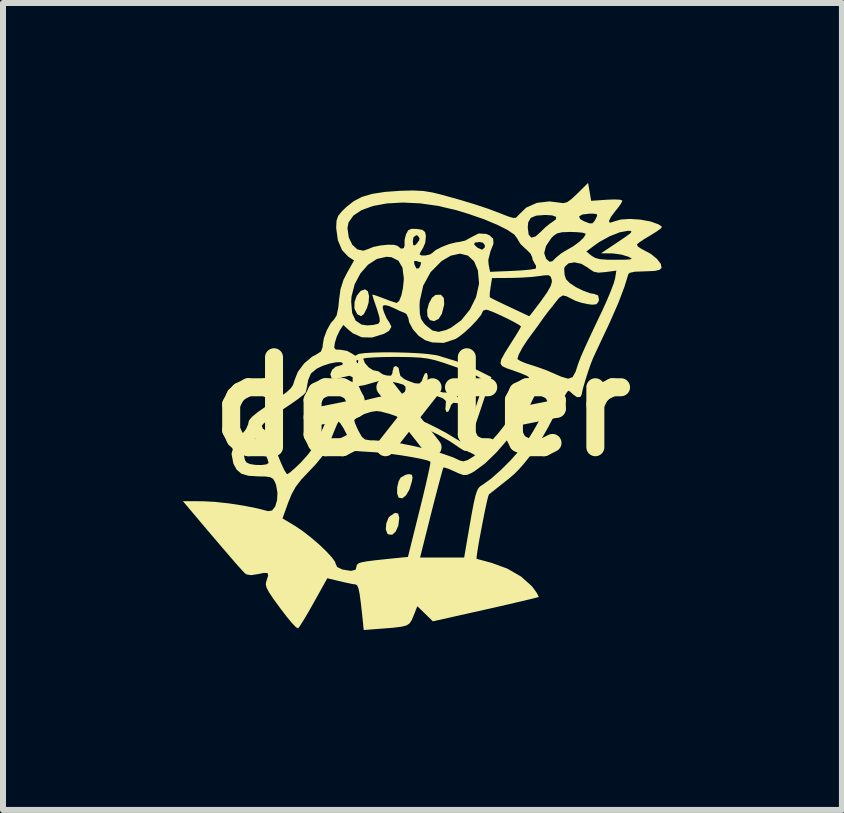
<source format=kicad_pcb>
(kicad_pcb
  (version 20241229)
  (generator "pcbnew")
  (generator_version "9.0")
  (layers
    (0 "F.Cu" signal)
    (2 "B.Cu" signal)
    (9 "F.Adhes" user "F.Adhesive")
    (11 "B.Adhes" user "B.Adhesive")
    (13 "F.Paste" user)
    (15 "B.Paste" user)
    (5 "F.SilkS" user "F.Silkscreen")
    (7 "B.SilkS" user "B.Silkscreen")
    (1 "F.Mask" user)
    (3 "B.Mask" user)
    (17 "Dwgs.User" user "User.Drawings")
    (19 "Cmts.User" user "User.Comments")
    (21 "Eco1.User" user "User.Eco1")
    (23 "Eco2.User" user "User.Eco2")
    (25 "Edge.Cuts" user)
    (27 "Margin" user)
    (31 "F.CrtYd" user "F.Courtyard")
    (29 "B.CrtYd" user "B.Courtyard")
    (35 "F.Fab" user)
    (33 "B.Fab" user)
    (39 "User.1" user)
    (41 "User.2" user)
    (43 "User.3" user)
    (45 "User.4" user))
  (footprint "dexter"
    (layer "F.Cu")
    (at 3.983 3.728)
    (property "Reference" "dexter" (at 0 0 0) (layer "F.SilkS") (effects (font (size 1.5 1.5) (thickness 0.3))))
    (attr board_only exclude_from_pos_files exclude_from_bom)
    (fp_poly (pts (xy -0.395 1.783) (xy -0.376 1.857) (xy -0.392 1.986) (xy -0.434 2.083) (xy -0.492 2.137) (xy -0.556 2.133) (xy -0.576 2.117) (xy -0.601 2.047) (xy -0.593 1.948) (xy -0.557 1.857) (xy -0.532 1.828) (xy -0.448 1.773)) (stroke (width 0) (type solid)) (fill yes) (layer "F.SilkS"))
    (fp_poly (pts (xy -0.9 -1.922) (xy -0.88 -1.84) (xy -0.888 -1.731) (xy -0.916 -1.64) (xy -0.967 -1.54) (xy -1.013 -1.507) (xy -1.068 -1.534) (xy -1.082 -1.548) (xy -1.124 -1.634) (xy -1.122 -1.742) (xy -1.085 -1.848) (xy -1.021 -1.927) (xy -0.947 -1.954)) (stroke (width 0) (type solid)) (fill yes) (layer "F.SilkS"))
    (fp_poly (pts (xy 0.367 -1.81) (xy 0.373 -1.702) (xy 0.335 -1.547) (xy 0.334 -1.546) (xy 0.28 -1.461) (xy 0.206 -1.424) (xy 0.136 -1.441) (xy 0.094 -1.504) (xy 0.088 -1.603) (xy 0.117 -1.716) (xy 0.168 -1.812) (xy 0.227 -1.861) (xy 0.318 -1.864)) (stroke (width 0) (type solid)) (fill yes) (layer "F.SilkS"))
    (fp_poly (pts (xy -0.167 1.137) (xy -0.155 1.182) (xy -0.165 1.247) (xy -0.206 1.382) (xy -0.263 1.48) (xy -0.325 1.53) (xy -0.383 1.52) (xy -0.388 1.515) (xy -0.412 1.45) (xy -0.411 1.349) (xy -0.388 1.248) (xy -0.354 1.186) (xy -0.272 1.138) (xy -0.218 1.127)) (stroke (width 0) (type solid)) (fill yes) (layer "F.SilkS"))
    (fp_poly (pts (xy 2.798 -3.579) (xy 2.823 -3.43) (xy 3.083 -3.448) (xy 3.216 -3.453) (xy 3.309 -3.448) (xy 3.344 -3.433) (xy 3.344 -3.432) (xy 3.322 -3.385) (xy 3.265 -3.306) (xy 3.233 -3.268) (xy 3.154 -3.163) (xy 3.12 -3.093) (xy 3.135 -3.064) (xy 3.198 -3.083) (xy 3.2 -3.084) (xy 3.317 -3.118) (xy 3.474 -3.128) (xy 3.648 -3.116) (xy 3.814 -3.085) (xy 3.946 -3.038) (xy 4.003 -2.998) (xy 3.985 -2.97) (xy 3.915 -2.918) (xy 3.817 -2.857) (xy 3.705 -2.79) (xy 3.621 -2.733) (xy 3.586 -2.702) (xy 3.603 -2.667) (xy 3.67 -2.623) (xy 3.696 -2.611) (xy 3.818 -2.545) (xy 3.92 -2.462) (xy 3.984 -2.379) (xy 3.997 -2.312) (xy 3.996 -2.31) (xy 3.963 -2.279) (xy 3.884 -2.261) (xy 3.747 -2.255) (xy 3.715 -2.254) (xy 3.554 -2.248) (xy 3.465 -2.229) (xy 3.443 -2.207) (xy 3.378 -1.996) (xy 3.278 -1.732) (xy 3.146 -1.43) (xy 3.093 -1.315) (xy 3.012 -1.144) (xy 2.941 -0.992) (xy 2.886 -0.875) (xy 2.856 -0.81) (xy 2.855 -0.808) (xy 2.817 -0.712) (xy 2.772 -0.583) (xy 2.728 -0.444) (xy 2.691 -0.319) (xy 2.67 -0.23) (xy 2.668 -0.208) (xy 2.643 -0.159) (xy 2.585 -0.157) (xy 2.52 -0.204) (xy 2.517 -0.207) (xy 2.465 -0.254) (xy 2.441 -0.263) (xy 2.414 -0.231) (xy 2.362 -0.144) (xy 2.292 -0.015) (xy 2.212 0.143) (xy 2.201 0.165) (xy 2.101 0.355) (xy 1.992 0.546) (xy 1.887 0.711) (xy 1.811 0.817) (xy 1.703 0.951) (xy 1.621 1.045) (xy 1.545 1.122) (xy 1.454 1.2) (xy 1.334 1.295) (xy 1.232 1.376) (xy 1.153 1.438) (xy 1.118 1.466) (xy 1.104 1.506) (xy 1.081 1.603) (xy 1.051 1.741) (xy 1.019 1.904) (xy 0.986 2.076) (xy 0.955 2.241) (xy 0.931 2.384) (xy 0.916 2.487) (xy 0.912 2.536) (xy 0.913 2.538) (xy 0.95 2.549) (xy 1.04 2.573) (xy 1.164 2.607) (xy 1.165 2.607) (xy 1.425 2.702) (xy 1.654 2.834) (xy 1.831 2.992) (xy 1.861 3.029) (xy 1.919 3.111) (xy 1.947 3.166) (xy 1.948 3.175) (xy 1.909 3.187) (xy 1.806 3.212) (xy 1.651 3.249) (xy 1.454 3.295) (xy 1.224 3.348) (xy 1.059 3.385) (xy 0.184 3.581) (xy 0.055 3.455) (xy -0.075 3.329) (xy -0.137 3.486) (xy -0.17 3.564) (xy -0.206 3.617) (xy -0.259 3.651) (xy -0.346 3.672) (xy -0.48 3.688) (xy -0.644 3.701) (xy -0.969 3.726) (xy -0.993 3.488) (xy -1.017 3.274) (xy -1.037 3.125) (xy -1.057 3.031) (xy -1.078 2.982) (xy -1.102 2.967) (xy -1.161 2.958) (xy -1.266 2.936) (xy -1.361 2.914) (xy -1.576 2.863) (xy -1.803 3.271) (xy -1.892 3.428) (xy -1.971 3.561) (xy -2.031 3.656) (xy -2.063 3.699) (xy -2.064 3.699) (xy -2.098 3.679) (xy -2.166 3.609) (xy -2.257 3.499) (xy -2.362 3.361) (xy -2.476 3.205) (xy -2.549 3.095) (xy -2.589 3.019) (xy -2.602 2.964) (xy -2.594 2.916) (xy -2.591 2.908) (xy -2.562 2.817) (xy -2.573 2.776) (xy -2.636 2.774) (xy -2.722 2.792) (xy -2.843 2.811) (xy -2.919 2.8) (xy -2.948 2.782) (xy -2.989 2.739) (xy -3.071 2.649) (xy -3.183 2.52) (xy -3.319 2.362) (xy -3.47 2.185) (xy -3.495 2.156) (xy -3.741 1.865) (xy -2.323 1.865) (xy -2.117 1.988) (xy -1.989 2.074) (xy -1.85 2.182) (xy -1.713 2.299) (xy -1.592 2.415) (xy -1.498 2.517) (xy -1.444 2.593) (xy -1.437 2.623) (xy -1.411 2.676) (xy -1.325 2.717) (xy -1.193 2.738) (xy -1.174 2.739) (xy -1.105 2.721) (xy -1.09 2.673) (xy -1.085 2.642) (xy -1.062 2.618) (xy -1.012 2.599) (xy -0.924 2.582) (xy -0.786 2.564) (xy -0.589 2.543) (xy -0.482 2.532) (xy -0.331 2.517) (xy -0.029 2.517) (xy 0.339 2.517) (xy 0.706 2.517) (xy 0.749 2.264) (xy 0.797 1.984) (xy 0.835 1.769) (xy 0.866 1.609) (xy 0.892 1.495) (xy 0.916 1.417) (xy 0.94 1.367) (xy 0.967 1.335) (xy 1.001 1.311) (xy 1.021 1.299) (xy 1.157 1.201) (xy 1.317 1.059) (xy 1.485 0.891) (xy 1.642 0.714) (xy 1.77 0.547) (xy 1.786 0.524) (xy 1.857 0.41) (xy 1.938 0.268) (xy 2.022 0.112) (xy 2.1 -0.041) (xy 2.164 -0.174) (xy 2.206 -0.271) (xy 2.217 -0.312) (xy 2.187 -0.337) (xy 2.117 -0.37) (xy 2.039 -0.399) (xy 1.986 -0.411) (xy 1.978 -0.409) (xy 1.959 -0.369) (xy 1.922 -0.28) (xy 1.884 -0.189) (xy 1.768 0.051) (xy 1.615 0.3) (xy 1.437 0.542) (xy 1.246 0.763) (xy 1.055 0.948) (xy 0.875 1.081) (xy 0.829 1.107) (xy 0.756 1.139) (xy 0.693 1.142) (xy 0.611 1.113) (xy 0.547 1.083) (xy 0.447 1.039) (xy 0.378 1.017) (xy 0.36 1.017) (xy 0.346 1.057) (xy 0.318 1.159) (xy 0.277 1.312) (xy 0.227 1.503) (xy 0.17 1.724) (xy 0.157 1.776) (xy -0.029 2.517) (xy -0.331 2.517) (xy -0.232 2.508) (xy -0.036 1.722) (xy 0.021 1.491) (xy 0.07 1.285) (xy 0.108 1.115) (xy 0.134 0.992) (xy 0.144 0.927) (xy 0.144 0.92) (xy 0.091 0.898) (xy -0.02 0.871) (xy -0.171 0.842) (xy -0.346 0.813) (xy -0.527 0.788) (xy -0.698 0.769) (xy -0.775 0.763) (xy -1.118 0.741) (xy -1.243 0.483) (xy -1.304 0.365) (xy -1.356 0.283) (xy -1.387 0.252) (xy -1.391 0.253) (xy -1.415 0.3) (xy -1.456 0.398) (xy -1.508 0.526) (xy -1.516 0.548) (xy -1.582 0.701) (xy -1.66 0.83) (xy -1.768 0.962) (xy -1.874 1.074) (xy -2.01 1.218) (xy -2.103 1.339) (xy -2.171 1.462) (xy -2.227 1.599) (xy -2.323 1.865) (xy -3.741 1.865) (xy -3.983 1.578) (xy -3.654 1.579) (xy -3.454 1.589) (xy -3.214 1.615) (xy -2.964 1.654) (xy -2.733 1.7) (xy -2.565 1.744) (xy -2.497 1.734) (xy -2.445 1.667) (xy -2.414 1.562) (xy -2.407 1.437) (xy -2.43 1.309) (xy -2.448 1.26) (xy -2.48 1.206) (xy -2.528 1.178) (xy -2.612 1.166) (xy -2.714 1.165) (xy -2.889 1.155) (xy -3.008 1.12) (xy -3.089 1.051) (xy -3.142 0.952) (xy -3.17 0.805) (xy -2.968 0.805) (xy -2.949 0.892) (xy -2.923 0.932) (xy -2.865 0.959) (xy -2.772 0.973) (xy -2.671 0.975) (xy -2.59 0.964) (xy -2.555 0.94) (xy -2.555 0.938) (xy -2.572 0.878) (xy -2.613 0.784) (xy -2.668 0.681) (xy -2.722 0.59) (xy -2.765 0.534) (xy -2.778 0.526) (xy -2.832 0.557) (xy -2.893 0.631) (xy -2.945 0.721) (xy -2.968 0.801) (xy -2.968 0.805) (xy -3.17 0.805) (xy -3.173 0.789) (xy -3.129 0.63) (xy -3.012 0.475) (xy -3.005 0.469) (xy -2.933 0.38) (xy -2.908 0.324) (xy -2.668 0.324) (xy -2.649 0.371) (xy -2.635 0.376) (xy -2.601 0.409) (xy -2.546 0.5) (xy -2.478 0.636) (xy -2.402 0.806) (xy -2.344 0.949) (xy -2.298 1.05) (xy -2.258 1.115) (xy -2.242 1.127) (xy -2.202 1.102) (xy -2.126 1.036) (xy -2.027 0.943) (xy -2.009 0.924) (xy -1.897 0.799) (xy -1.799 0.667) (xy -1.736 0.558) (xy -1.645 0.351) (xy -1.579 0.203) (xy -1.532 0.105) (xy -1.498 0.047) (xy -1.471 0.02) (xy -1.445 0.014) (xy -1.415 0.021) (xy -1.407 0.023) (xy -1.324 0.02) (xy -1.21 -0.01) (xy -1.16 -0.03) (xy -0.963 -0.101) (xy -0.728 -0.158) (xy -0.491 -0.193) (xy -0.432 -0.198) (xy -0.33 -0.212) (xy -0.283 -0.246) (xy -0.271 -0.286) (xy -0.274 -0.333) (xy -0.311 -0.365) (xy -0.399 -0.392) (xy -0.467 -0.406) (xy -0.613 -0.428) (xy -0.727 -0.422) (xy -0.831 -0.393) (xy -0.951 -0.358) (xy -1.058 -0.339) (xy -1.08 -0.338) (xy -1.147 -0.35) (xy -1.158 -0.396) (xy -1.154 -0.413) (xy -1.153 -0.488) (xy -1.204 -0.513) (xy -1.311 -0.491) (xy -1.334 -0.483) (xy -1.439 -0.456) (xy -1.5 -0.471) (xy -1.506 -0.477) (xy -1.526 -0.54) (xy -1.496 -0.612) (xy -1.435 -0.665) (xy -1.389 -0.676) (xy -1.329 -0.694) (xy -1.315 -0.717) (xy -1.346 -0.74) (xy -1.427 -0.738) (xy -1.536 -0.717) (xy -1.652 -0.679) (xy -1.751 -0.632) (xy -1.849 -0.551) (xy -1.895 -0.442) (xy -1.899 -0.42) (xy -1.918 -0.315) (xy -1.935 -0.24) (xy -1.937 -0.234) (xy -1.973 -0.196) (xy -2.06 -0.128) (xy -2.183 -0.041) (xy -2.31 0.043) (xy -2.453 0.139) (xy -2.569 0.225) (xy -2.644 0.29) (xy -2.668 0.324) (xy -2.908 0.324) (xy -2.895 0.294) (xy -2.893 0.277) (xy -2.879 0.228) (xy -2.829 0.17) (xy -2.735 0.093) (xy -2.588 -0.01) (xy -2.522 -0.053) (xy -2.361 -0.162) (xy -2.252 -0.242) (xy -2.184 -0.305) (xy -2.147 -0.361) (xy -2.128 -0.421) (xy -2.125 -0.432) (xy -2.068 -0.577) (xy -1.962 -0.719) (xy -1.924 -0.751) (xy -1.09 -0.751) (xy -1.076 -0.721) (xy -1.065 -0.726) (xy -1.06 -0.771) (xy -1.065 -0.777) (xy -1.087 -0.771) (xy -1.09 -0.751) (xy -1.924 -0.751) (xy -1.869 -0.797) (xy -0.977 -0.797) (xy -0.949 -0.725) (xy -0.884 -0.651) (xy -0.811 -0.605) (xy -0.789 -0.601) (xy -0.72 -0.586) (xy -0.698 -0.568) (xy -0.649 -0.536) (xy -0.583 -0.517) (xy -0.513 -0.515) (xy -0.49 -0.558) (xy -0.488 -0.588) (xy -0.468 -0.659) (xy -0.432 -0.676) (xy -0.387 -0.644) (xy -0.376 -0.583) (xy -0.357 -0.51) (xy -0.288 -0.455) (xy -0.24 -0.433) (xy -0.117 -0.388) (xy -0.043 -0.383) (xy -0.002 -0.421) (xy 0.015 -0.47) (xy 0.049 -0.549) (xy 0.082 -0.561) (xy 0.099 -0.51) (xy 0.093 -0.439) (xy 0.083 -0.358) (xy 0.105 -0.314) (xy 0.177 -0.282) (xy 0.218 -0.27) (xy 0.352 -0.235) (xy 0.435 -0.232) (xy 0.487 -0.265) (xy 0.52 -0.321) (xy 0.563 -0.383) (xy 0.601 -0.394) (xy 0.618 -0.344) (xy 0.601 -0.301) (xy 0.567 -0.211) (xy 0.588 -0.161) (xy 0.639 -0.139) (xy 0.707 -0.105) (xy 0.711 -0.068) (xy 0.659 -0.05) (xy 0.606 -0.055) (xy 0.526 -0.063) (xy 0.487 -0.027) (xy 0.473 0.018) (xy 0.444 0.082) (xy 0.412 0.093) (xy 0.392 0.044) (xy 0.398 -0.021) (xy 0.401 -0.093) (xy 0.351 -0.137) (xy 0.322 -0.149) (xy 0.184 -0.198) (xy 0.099 -0.214) (xy 0.051 -0.197) (xy 0.026 -0.145) (xy 0.023 -0.134) (xy -0.011 -0.057) (xy -0.05 -0.042) (xy -0.075 -0.092) (xy -0.078 -0.122) (xy -0.08 -0.207) (xy -0.12 -0.124) (xy -0.181 -0.054) (xy -0.277 0.005) (xy -0.287 0.009) (xy -0.413 0.059) (xy -0.085 0.199) (xy 0.091 0.278) (xy 0.268 0.366) (xy 0.416 0.446) (xy 0.451 0.467) (xy 0.56 0.533) (xy 0.642 0.581) (xy 0.678 0.598) (xy 0.697 0.566) (xy 0.734 0.475) (xy 0.784 0.339) (xy 0.844 0.17) (xy 0.86 0.122) (xy 0.921 -0.059) (xy 0.974 -0.215) (xy 1.015 -0.334) (xy 1.038 -0.399) (xy 1.04 -0.405) (xy 1.018 -0.446) (xy 0.93 -0.503) (xy 0.786 -0.572) (xy 0.591 -0.65) (xy 0.354 -0.732) (xy 0.345 -0.735) (xy 0.217 -0.774) (xy 0.099 -0.8) (xy -0.03 -0.816) (xy -0.191 -0.824) (xy -0.402 -0.827) (xy -0.456 -0.827) (xy -0.644 -0.825) (xy -0.802 -0.819) (xy -0.916 -0.811) (xy -0.973 -0.801) (xy -0.977 -0.797) (xy -1.869 -0.797) (xy -1.831 -0.83) (xy -1.766 -0.864) (xy -1.683 -0.916) (xy -1.658 -0.981) (xy -1.461 -0.981) (xy -1.434 -0.95) (xy -1.357 -0.947) (xy -1.247 -0.928) (xy -1.165 -0.883) (xy -1.11 -0.847) (xy -1.09 -0.858) (xy -1.055 -0.877) (xy -0.958 -0.891) (xy -0.816 -0.899) (xy -0.64 -0.904) (xy -0.446 -0.903) (xy -0.248 -0.898) (xy -0.059 -0.889) (xy 0.106 -0.875) (xy 0.233 -0.857) (xy 0.271 -0.849) (xy 0.569 -0.758) (xy 0.833 -0.652) (xy 0.968 -0.587) (xy 1.16 -0.49) (xy 0.957 0.117) (xy 0.889 0.318) (xy 0.828 0.493) (xy 0.78 0.63) (xy 0.748 0.717) (xy 0.736 0.742) (xy 0.699 0.732) (xy 0.626 0.687) (xy 0.594 0.664) (xy 0.456 0.572) (xy 0.276 0.471) (xy 0.07 0.369) (xy -0.145 0.272) (xy -0.353 0.187) (xy -0.539 0.122) (xy -0.687 0.083) (xy -0.756 0.075) (xy -0.849 0.089) (xy -0.956 0.124) (xy -1.054 0.169) (xy -1.116 0.213) (xy -1.127 0.234) (xy -1.111 0.285) (xy -1.072 0.374) (xy -1.051 0.415) (xy -1 0.505) (xy -0.947 0.549) (xy -0.865 0.563) (xy -0.798 0.564) (xy -0.616 0.576) (xy -0.392 0.608) (xy -0.146 0.656) (xy 0.102 0.716) (xy 0.331 0.781) (xy 0.523 0.848) (xy 0.636 0.901) (xy 0.692 0.914) (xy 0.764 0.893) (xy 0.865 0.83) (xy 1.005 0.721) (xy 1.025 0.704) (xy 1.143 0.592) (xy 1.271 0.45) (xy 1.371 0.322) (xy 1.456 0.193) (xy 1.546 0.042) (xy 1.631 -0.114) (xy 1.704 -0.261) (xy 1.757 -0.383) (xy 1.784 -0.466) (xy 1.783 -0.491) (xy 1.741 -0.517) (xy 1.647 -0.556) (xy 1.523 -0.601) (xy 1.409 -0.64) (xy 1.338 -0.675) (xy 1.311 -0.72) (xy 1.325 -0.788) (xy 1.333 -0.801) (xy 1.595 -0.801) (xy 1.597 -0.789) (xy 1.643 -0.759) (xy 1.737 -0.72) (xy 1.804 -0.699) (xy 1.941 -0.654) (xy 2.071 -0.607) (xy 2.112 -0.59) (xy 2.227 -0.54) (xy 2.329 -0.496) (xy 2.33 -0.496) (xy 2.44 -0.464) (xy 2.513 -0.49) (xy 2.564 -0.581) (xy 2.577 -0.622) (xy 2.598 -0.688) (xy 2.624 -0.761) (xy 2.66 -0.85) (xy 2.711 -0.966) (xy 2.781 -1.118) (xy 2.874 -1.317) (xy 2.995 -1.572) (xy 3.006 -1.594) (xy 3.085 -1.768) (xy 3.152 -1.929) (xy 3.201 -2.06) (xy 3.222 -2.136) (xy 3.243 -2.266) (xy 3.064 -2.242) (xy 2.945 -2.232) (xy 2.864 -2.249) (xy 2.785 -2.301) (xy 2.771 -2.313) (xy 2.659 -2.38) (xy 2.543 -2.404) (xy 2.445 -2.387) (xy 2.383 -2.329) (xy 2.373 -2.296) (xy 2.381 -2.191) (xy 2.406 -2.12) (xy 2.467 -2.058) (xy 2.572 -1.989) (xy 2.697 -1.928) (xy 2.812 -1.887) (xy 2.87 -1.879) (xy 2.939 -1.852) (xy 2.954 -1.78) (xy 2.944 -1.747) (xy 2.912 -1.706) (xy 2.844 -1.698) (xy 2.773 -1.706) (xy 2.658 -1.731) (xy 2.564 -1.762) (xy 2.553 -1.767) (xy 2.456 -1.816) (xy 2.408 -1.84) (xy 2.35 -1.852) (xy 2.293 -1.816) (xy 2.248 -1.762) (xy 2.174 -1.667) (xy 2.109 -1.586) (xy 2.104 -1.58) (xy 2.037 -1.491) (xy 1.991 -1.426) (xy 1.926 -1.334) (xy 1.859 -1.244) (xy 1.758 -1.106) (xy 1.674 -0.976) (xy 1.617 -0.869) (xy 1.595 -0.801) (xy 1.333 -0.801) (xy 1.382 -0.891) (xy 1.478 -1.044) (xy 1.49 -1.063) (xy 1.566 -1.183) (xy 1.623 -1.278) (xy 1.652 -1.33) (xy 1.653 -1.335) (xy 1.622 -1.361) (xy 1.541 -1.407) (xy 1.429 -1.465) (xy 1.307 -1.523) (xy 1.193 -1.574) (xy 1.106 -1.607) (xy 1.072 -1.616) (xy 1.021 -1.598) (xy 1.014 -1.583) (xy 0.988 -1.527) (xy 0.918 -1.44) (xy 0.823 -1.339) (xy 0.717 -1.24) (xy 0.617 -1.161) (xy 0.561 -1.126) (xy 0.365 -1.061) (xy 0.171 -1.069) (xy 0.056 -1.106) (xy -0.053 -1.179) (xy -0.15 -1.288) (xy -0.212 -1.407) (xy -0.225 -1.476) (xy -0.257 -1.543) (xy -0.291 -1.563) (xy -0.373 -1.596) (xy -0.457 -1.637) (xy -0.548 -1.676) (xy -0.567 -1.681) (xy -0.038 -1.681) (xy -0.033 -1.547) (xy -0.012 -1.46) (xy 0.035 -1.389) (xy 0.072 -1.35) (xy 0.175 -1.269) (xy 0.279 -1.245) (xy 0.405 -1.276) (xy 0.488 -1.315) (xy 0.658 -1.439) (xy 0.801 -1.616) (xy 0.903 -1.822) (xy 0.905 -1.829) (xy 1.132 -1.829) (xy 1.134 -1.822) (xy 1.172 -1.8) (xy 1.263 -1.755) (xy 1.39 -1.694) (xy 1.467 -1.658) (xy 1.605 -1.593) (xy 1.714 -1.542) (xy 1.779 -1.511) (xy 1.791 -1.506) (xy 1.814 -1.532) (xy 1.871 -1.606) (xy 1.952 -1.713) (xy 1.992 -1.766) (xy 2.093 -1.91) (xy 2.15 -2.012) (xy 2.169 -2.085) (xy 2.165 -2.118) (xy 2.146 -2.169) (xy 2.109 -2.19) (xy 2.032 -2.186) (xy 1.964 -2.176) (xy 1.837 -2.161) (xy 1.669 -2.15) (xy 1.494 -2.144) (xy 1.478 -2.144) (xy 1.171 -2.142) (xy 1.146 -1.989) (xy 1.133 -1.891) (xy 1.132 -1.829) (xy 0.905 -1.829) (xy 0.951 -2.035) (xy 0.953 -2.063) (xy 0.935 -2.269) (xy 0.871 -2.421) (xy 0.769 -2.516) (xy 0.637 -2.549) (xy 0.482 -2.515) (xy 0.329 -2.425) (xy 0.146 -2.24) (xy 0.023 -2.015) (xy -0.034 -1.762) (xy -0.038 -1.681) (xy -0.567 -1.681) (xy -0.614 -1.691) (xy -0.65 -1.68) (xy -0.65 -1.634) (xy -0.63 -1.569) (xy -0.587 -1.47) (xy -0.541 -1.4) (xy -0.54 -1.399) (xy -0.507 -1.329) (xy -0.547 -1.262) (xy -0.63 -1.213) (xy -0.829 -1.151) (xy -0.999 -1.154) (xy -1.151 -1.222) (xy -1.227 -1.284) (xy -1.309 -1.36) (xy -1.368 -1.27) (xy -1.419 -1.164) (xy -1.45 -1.062) (xy -1.461 -0.981) (xy -1.658 -0.981) (xy -1.654 -0.992) (xy -1.653 -1.018) (xy -1.634 -1.137) (xy -1.584 -1.272) (xy -1.518 -1.391) (xy -1.461 -1.455) (xy -1.42 -1.52) (xy -1.393 -1.649) (xy -1.383 -1.748) (xy -1.178 -1.748) (xy -1.162 -1.559) (xy -1.104 -1.433) (xy -1.004 -1.366) (xy -0.91 -1.353) (xy -0.805 -1.361) (xy -0.73 -1.38) (xy -0.723 -1.384) (xy -0.701 -1.417) (xy -0.706 -1.484) (xy -0.74 -1.6) (xy -0.751 -1.633) (xy -0.791 -1.75) (xy -0.818 -1.834) (xy -0.827 -1.865) (xy -0.795 -1.86) (xy -0.714 -1.832) (xy -0.637 -1.803) (xy -0.526 -1.761) (xy -0.443 -1.734) (xy -0.416 -1.728) (xy -0.377 -1.763) (xy -0.342 -1.851) (xy -0.315 -1.975) (xy -0.301 -2.112) (xy -0.301 -2.143) (xy -0.323 -2.317) (xy -0.388 -2.427) (xy -0.128 -2.427) (xy -0.125 -2.371) (xy -0.124 -2.37) (xy -0.091 -2.302) (xy -0.05 -2.304) (xy -0.024 -2.348) (xy -0.013 -2.397) (xy -0.017 -2.405) (xy -0.06 -2.416) (xy -0.088 -2.426) (xy -0.128 -2.427) (xy -0.388 -2.427) (xy -0.39 -2.431) (xy -0.505 -2.489) (xy -0.588 -2.497) (xy -0.748 -2.461) (xy -0.898 -2.364) (xy -1.025 -2.218) (xy -1.12 -2.038) (xy -1.172 -1.836) (xy -1.178 -1.748) (xy -1.383 -1.748) (xy -1.382 -1.762) (xy -1.357 -1.953) (xy -1.306 -2.113) (xy -1.247 -2.229) (xy -1.13 -2.436) (xy -1.226 -2.498) (xy -1.331 -2.609) (xy -1.4 -2.773) (xy -1.428 -2.975) (xy -1.24 -2.975) (xy -1.218 -2.819) (xy -1.159 -2.697) (xy -1.075 -2.62) (xy -0.975 -2.598) (xy -0.894 -2.626) (xy -0.808 -2.661) (xy -0.691 -2.685) (xy -0.568 -2.698) (xy -0.463 -2.696) (xy -0.402 -2.678) (xy -0.397 -2.672) (xy -0.347 -2.632) (xy -0.3 -2.641) (xy -0.286 -2.691) (xy -0.288 -2.697) (xy -0.288 -2.757) (xy -0.15 -2.757) (xy -0.144 -2.691) (xy -0.117 -2.688) (xy -0.094 -2.705) (xy -0.046 -2.769) (xy -0.038 -2.804) (xy -0.068 -2.85) (xy -0.094 -2.856) (xy -0.139 -2.823) (xy -0.15 -2.757) (xy -0.288 -2.757) (xy -0.287 -2.78) (xy -0.265 -2.868) (xy -0.229 -2.937) (xy -0.174 -2.963) (xy -0.085 -2.961) (xy 0.01 -2.946) (xy 0.054 -2.909) (xy 0.068 -2.844) (xy 0.057 -2.731) (xy 0.022 -2.648) (xy -0.021 -2.576) (xy -0.038 -2.538) (xy -0.007 -2.519) (xy 0.06 -2.519) (xy 0.132 -2.534) (xy 0.172 -2.559) (xy 0.23 -2.608) (xy 0.335 -2.662) (xy 0.43 -2.699) (xy 0.874 -2.699) (xy 0.93 -2.647) (xy 1.004 -2.615) (xy 1.046 -2.648) (xy 1.052 -2.689) (xy 1.019 -2.732) (xy 0.958 -2.743) (xy 0.88 -2.732) (xy 0.874 -2.699) (xy 0.43 -2.699) (xy 0.458 -2.709) (xy 0.572 -2.738) (xy 0.614 -2.742) (xy 0.721 -2.766) (xy 0.816 -2.818) (xy 0.946 -2.885) (xy 1.075 -2.878) (xy 1.13 -2.854) (xy 1.19 -2.797) (xy 1.194 -2.712) (xy 1.146 -2.593) (xy 1.108 -2.443) (xy 1.114 -2.366) (xy 1.138 -2.246) (xy 1.507 -2.261) (xy 1.666 -2.27) (xy 1.797 -2.282) (xy 1.882 -2.295) (xy 1.902 -2.303) (xy 1.904 -2.349) (xy 1.886 -2.375) (xy 1.846 -2.451) (xy 1.841 -2.485) (xy 1.813 -2.548) (xy 1.803 -2.558) (xy 2.04 -2.558) (xy 2.071 -2.467) (xy 2.072 -2.465) (xy 2.127 -2.415) (xy 2.174 -2.421) (xy 2.237 -2.482) (xy 2.323 -2.554) (xy 2.374 -2.585) (xy 2.744 -2.585) (xy 2.828 -2.515) (xy 2.887 -2.479) (xy 2.968 -2.457) (xy 3.09 -2.448) (xy 3.231 -2.447) (xy 3.383 -2.448) (xy 3.469 -2.453) (xy 3.499 -2.462) (xy 3.481 -2.479) (xy 3.438 -2.5) (xy 3.327 -2.533) (xy 3.192 -2.552) (xy 3.156 -2.553) (xy 2.987 -2.555) (xy 3.269 -2.743) (xy 3.399 -2.831) (xy 3.473 -2.886) (xy 3.497 -2.916) (xy 3.478 -2.928) (xy 3.438 -2.93) (xy 3.3 -2.905) (xy 3.132 -2.839) (xy 2.96 -2.744) (xy 2.875 -2.684) (xy 2.744 -2.585) (xy 2.374 -2.585) (xy 2.422 -2.613) (xy 2.528 -2.674) (xy 2.625 -2.746) (xy 2.698 -2.816) (xy 2.731 -2.869) (xy 2.727 -2.884) (xy 2.677 -2.899) (xy 2.576 -2.908) (xy 2.472 -2.911) (xy 2.339 -2.906) (xy 2.255 -2.887) (xy 2.194 -2.845) (xy 2.156 -2.805) (xy 2.07 -2.675) (xy 2.04 -2.558) (xy 1.803 -2.558) (xy 1.742 -2.62) (xy 1.728 -2.63) (xy 1.646 -2.708) (xy 1.596 -2.79) (xy 1.594 -2.797) (xy 1.544 -2.865) (xy 1.429 -2.944) (xy 1.343 -2.987) (xy 1.766 -2.987) (xy 1.781 -2.867) (xy 1.825 -2.816) (xy 1.895 -2.835) (xy 1.971 -2.902) (xy 2.059 -2.988) (xy 2.139 -3.053) (xy 2.158 -3.065) (xy 2.236 -3.121) (xy 2.24 -3.162) (xy 2.218 -3.17) (xy 2.623 -3.17) (xy 2.637 -3.128) (xy 2.697 -3.092) (xy 2.791 -3.055) (xy 2.843 -3.054) (xy 2.878 -3.092) (xy 2.892 -3.116) (xy 2.923 -3.181) (xy 2.914 -3.21) (xy 2.85 -3.216) (xy 2.79 -3.215) (xy 2.676 -3.202) (xy 2.623 -3.17) (xy 2.218 -3.17) (xy 2.173 -3.187) (xy 2.058 -3.194) (xy 1.908 -3.183) (xy 1.817 -3.146) (xy 1.774 -3.072) (xy 1.766 -2.987) (xy 1.343 -2.987) (xy 1.258 -3.03) (xy 1.04 -3.121) (xy 0.783 -3.21) (xy 0.582 -3.272) (xy 0.271 -3.345) (xy -0.033 -3.388) (xy -0.32 -3.401) (xy -0.583 -3.386) (xy -0.813 -3.344) (xy -1.002 -3.276) (xy -1.141 -3.184) (xy -1.222 -3.07) (xy -1.24 -2.975) (xy -1.428 -2.975) (xy -1.428 -2.975) (xy -1.428 -2.993) (xy -1.422 -3.099) (xy -1.396 -3.176) (xy -1.335 -3.253) (xy -1.263 -3.323) (xy -1.137 -3.423) (xy -0.997 -3.496) (xy -0.826 -3.546) (xy -0.61 -3.579) (xy -0.357 -3.597) (xy -0.145 -3.602) (xy 0.024 -3.594) (xy 0.181 -3.568) (xy 0.301 -3.539) (xy 0.623 -3.45) (xy 0.887 -3.37) (xy 1.11 -3.296) (xy 1.306 -3.222) (xy 1.315 -3.218) (xy 1.444 -3.168) (xy 1.522 -3.145) (xy 1.567 -3.147) (xy 1.596 -3.173) (xy 1.605 -3.185) (xy 1.739 -3.316) (xy 1.918 -3.396) (xy 2.127 -3.42) (xy 2.292 -3.4) (xy 2.363 -3.391) (xy 2.424 -3.408) (xy 2.495 -3.459) (xy 2.593 -3.551) (xy 2.772 -3.728)) (stroke (width 0) (type solid)) (fill yes) (layer "F.SilkS")))
  (gr_rect
    (start -3 -3)
    (end 10.987 10.454)
    (stroke (width 0.1) (type default))
    (fill no)
    (layer "Edge.Cuts")))
</source>
